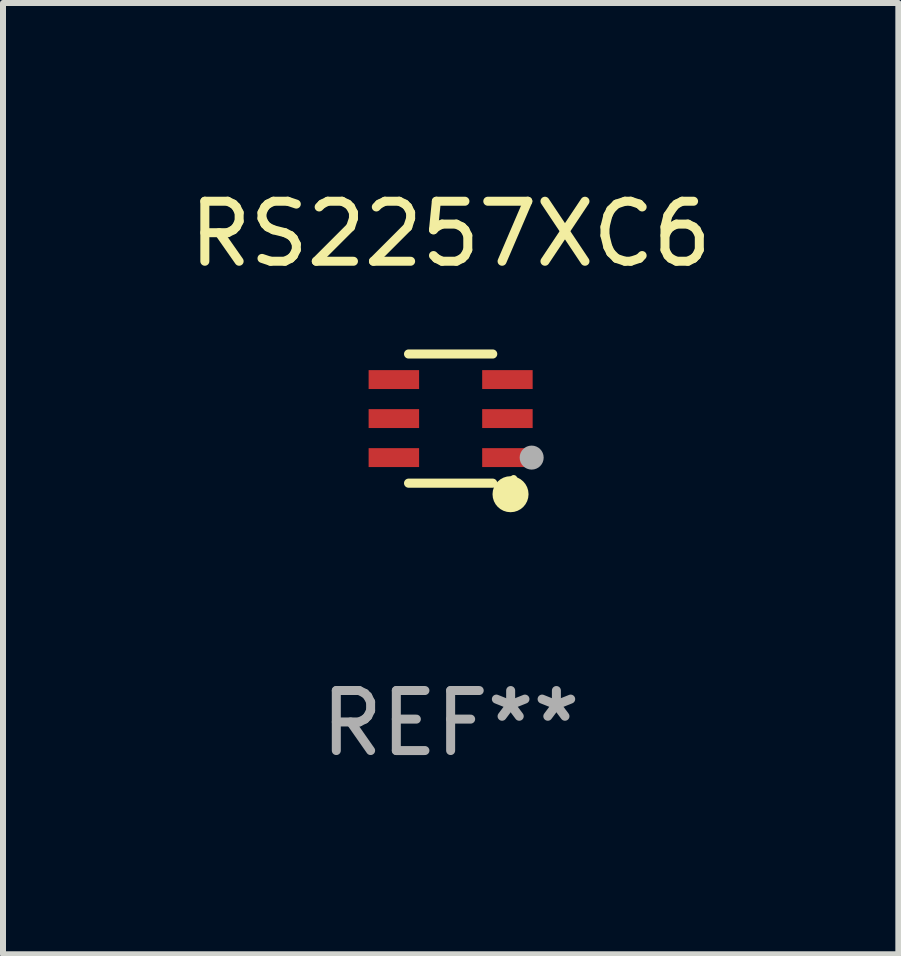
<source format=kicad_pcb>
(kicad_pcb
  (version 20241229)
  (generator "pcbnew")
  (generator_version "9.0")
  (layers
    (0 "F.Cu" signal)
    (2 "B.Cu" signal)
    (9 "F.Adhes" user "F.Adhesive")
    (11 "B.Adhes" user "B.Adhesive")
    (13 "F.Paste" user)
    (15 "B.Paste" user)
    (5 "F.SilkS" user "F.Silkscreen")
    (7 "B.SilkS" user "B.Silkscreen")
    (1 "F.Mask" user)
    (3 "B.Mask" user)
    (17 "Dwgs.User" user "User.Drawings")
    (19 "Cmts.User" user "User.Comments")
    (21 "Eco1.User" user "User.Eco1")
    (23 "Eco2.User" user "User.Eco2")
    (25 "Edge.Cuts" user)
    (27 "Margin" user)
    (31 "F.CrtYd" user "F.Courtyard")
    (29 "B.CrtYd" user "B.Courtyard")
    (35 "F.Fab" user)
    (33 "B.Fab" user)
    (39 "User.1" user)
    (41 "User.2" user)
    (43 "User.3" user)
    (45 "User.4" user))
  (footprint "RS2257XC6"
    (layer "F.Cu")
    (at 4.458 3.924)
    (property "Reference" "RS2257XC6" (at 0 -3.076 0) (layer "F.SilkS") (effects (font (size 1 1) (thickness 0.15))))
    (attr through_hole)
    (fp_line (start 0.701 -1.076) (end -0.701 -1.076) (stroke (width 0.152) (type solid)) (layer "F.SilkS"))
    (fp_line (start 0.701 1.076) (end -0.701 1.076) (stroke (width 0.152) (type solid)) (layer "F.SilkS"))
    (fp_circle (center 0.998 1.26) (end 1.148 1.26) (stroke (width 0.3) (type solid)) (fill no) (layer "F.SilkS"))
    (fp_circle (center 1.05 1) (end 1.08 1) (stroke (width 0.06) (type solid)) (fill no) (layer "F.SilkS"))
    (fp_circle (center 1.35 0.65) (end 1.45 0.65) (stroke (width 0.2) (type solid)) (fill no) (layer "F.Fab"))
    (fp_text user "REF**" (at 0 5.076 0) (layer "F.Fab") (effects (font (size 1 1) (thickness 0.15))))
    (pad "1" smd rect (at 0.946 0.65) (size 0.841 0.315) (layers "F.Cu" "F.Mask" "F.Paste"))
    (pad "2" smd rect (at 0.946 0) (size 0.841 0.315) (layers "F.Cu" "F.Mask" "F.Paste"))
    (pad "3" smd rect (at 0.946 -0.65) (size 0.841 0.315) (layers "F.Cu" "F.Mask" "F.Paste"))
    (pad "4" smd rect (at -0.946 -0.65) (size 0.841 0.315) (layers "F.Cu" "F.Mask" "F.Paste"))
    (pad "5" smd rect (at -0.946 0) (size 0.841 0.315) (layers "F.Cu" "F.Mask" "F.Paste"))
    (pad "6" smd rect (at -0.946 0.65) (size 0.841 0.315) (layers "F.Cu" "F.Mask" "F.Paste")))
  (gr_rect
    (start -3 -3)
    (end 11.917 12.849)
    (stroke (width 0.1) (type default))
    (fill no)
    (layer "Edge.Cuts")))
</source>
